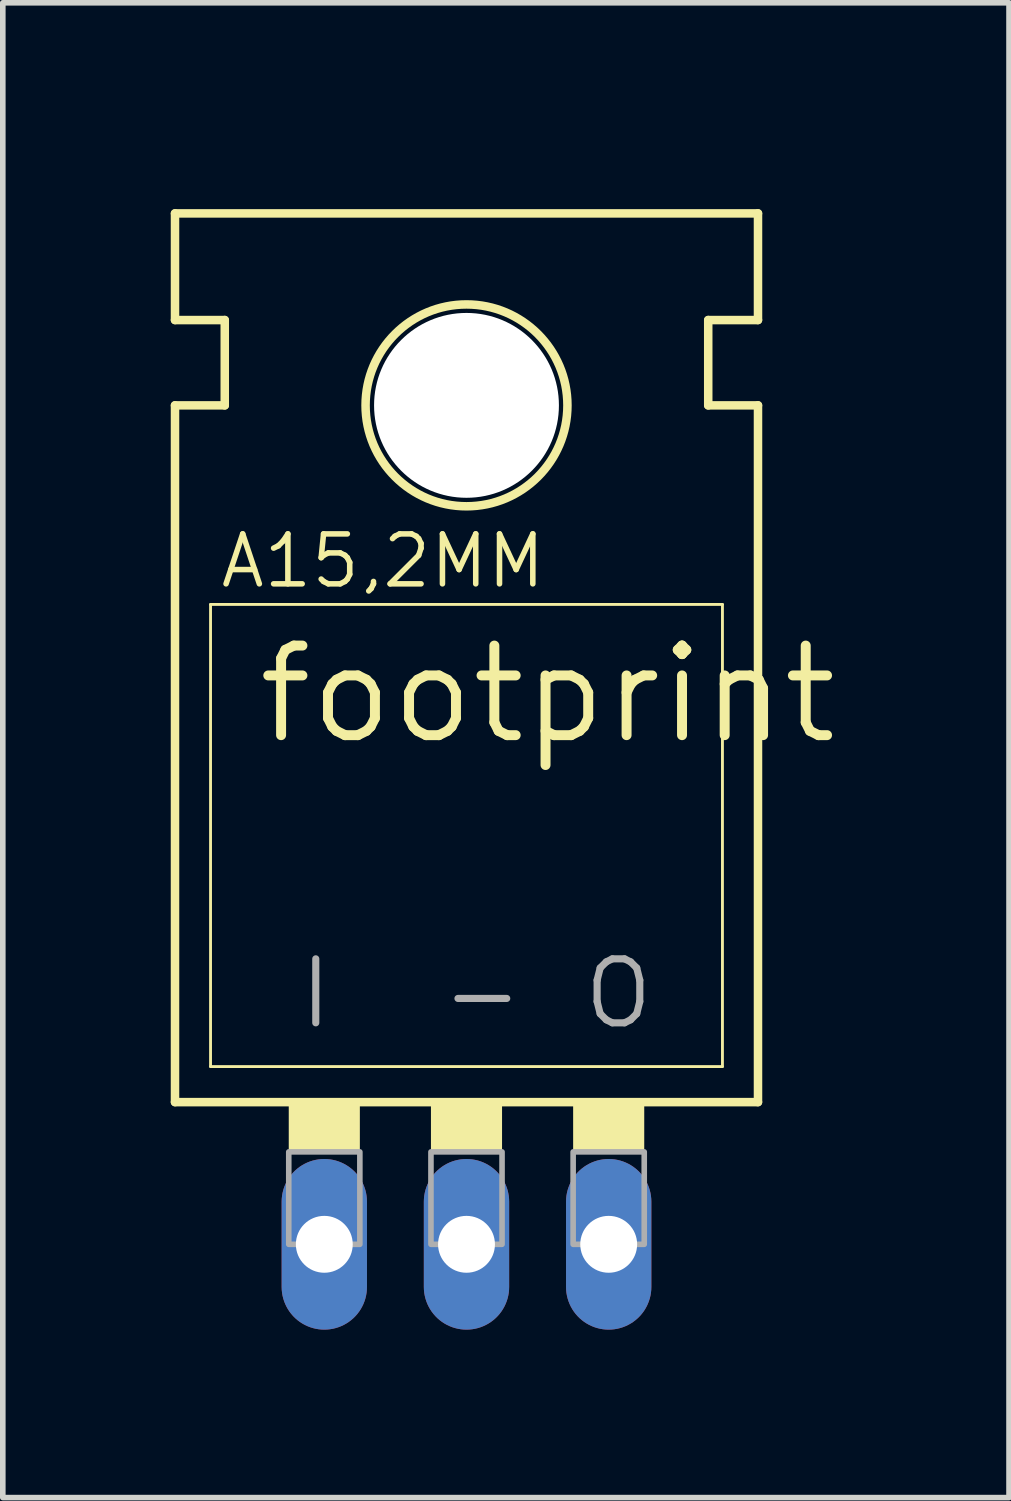
<source format=kicad_pcb>
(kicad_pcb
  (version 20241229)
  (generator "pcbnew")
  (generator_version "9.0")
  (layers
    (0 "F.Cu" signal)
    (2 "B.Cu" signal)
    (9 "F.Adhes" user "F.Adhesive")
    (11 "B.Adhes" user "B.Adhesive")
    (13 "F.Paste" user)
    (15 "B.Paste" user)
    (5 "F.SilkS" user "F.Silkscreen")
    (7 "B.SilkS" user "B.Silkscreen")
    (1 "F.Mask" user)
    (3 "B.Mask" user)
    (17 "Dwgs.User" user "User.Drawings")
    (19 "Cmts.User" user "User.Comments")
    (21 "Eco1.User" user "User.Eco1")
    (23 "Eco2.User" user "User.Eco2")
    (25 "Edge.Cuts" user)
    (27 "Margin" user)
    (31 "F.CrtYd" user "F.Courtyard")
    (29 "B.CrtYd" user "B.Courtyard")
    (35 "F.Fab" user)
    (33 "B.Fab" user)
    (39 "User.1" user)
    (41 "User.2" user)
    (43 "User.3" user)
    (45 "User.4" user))
  (footprint "footprint"
    (layer "F.Cu")
    (at 5.283 15.367)
    (property "Reference" "footprint" (at -3.81 -5.08 0) (layer "F.SilkS") (effects (font (size 1.6 1.6) (thickness 0.178)) (justify left bottom)))
    (fp_line (start -5.207 -12.7) (end -5.207 -14.605) (stroke (width 0.152) (type solid)) (layer "F.SilkS"))
    (fp_line (start -5.207 -11.176) (end -4.318 -11.176) (stroke (width 0.152) (type solid)) (layer "F.SilkS"))
    (fp_line (start -5.207 1.27) (end -5.207 -11.176) (stroke (width 0.152) (type solid)) (layer "F.SilkS"))
    (fp_line (start -5.207 1.27) (end 5.207 1.27) (stroke (width 0.152) (type solid)) (layer "F.SilkS"))
    (fp_line (start -4.572 0.635) (end -4.572 -7.62) (stroke (width 0.051) (type solid)) (layer "F.SilkS"))
    (fp_line (start -4.572 0.635) (end 4.572 0.635) (stroke (width 0.051) (type solid)) (layer "F.SilkS"))
    (fp_line (start -4.318 -12.7) (end -5.207 -12.7) (stroke (width 0.152) (type solid)) (layer "F.SilkS"))
    (fp_line (start -4.318 -11.176) (end -4.318 -12.7) (stroke (width 0.152) (type solid)) (layer "F.SilkS"))
    (fp_line (start 4.318 -12.7) (end 5.207 -12.7) (stroke (width 0.152) (type solid)) (layer "F.SilkS"))
    (fp_line (start 4.318 -11.176) (end 4.318 -12.7) (stroke (width 0.152) (type solid)) (layer "F.SilkS"))
    (fp_line (start 4.572 -7.62) (end -4.572 -7.62) (stroke (width 0.051) (type solid)) (layer "F.SilkS"))
    (fp_line (start 4.572 -7.62) (end 4.572 0.635) (stroke (width 0.051) (type solid)) (layer "F.SilkS"))
    (fp_line (start 5.207 -14.605) (end -5.207 -14.605) (stroke (width 0.152) (type solid)) (layer "F.SilkS"))
    (fp_line (start 5.207 -12.7) (end 5.207 -14.605) (stroke (width 0.152) (type solid)) (layer "F.SilkS"))
    (fp_line (start 5.207 -11.176) (end 4.318 -11.176) (stroke (width 0.152) (type solid)) (layer "F.SilkS"))
    (fp_line (start 5.207 1.27) (end 5.207 -11.176) (stroke (width 0.152) (type solid)) (layer "F.SilkS"))
    (fp_circle (center 0 -11.176) (end 1.803 -11.176) (stroke (width 0.152) (type solid)) (fill no) (layer "F.SilkS"))
    (fp_poly (pts (xy -3.175 2.159) (xy -1.905 2.159) (xy -1.905 1.27) (xy -3.175 1.27)) (stroke (width 0) (type solid)) (fill yes) (layer "F.SilkS"))
    (fp_poly (pts (xy -0.635 2.159) (xy 0.635 2.159) (xy 0.635 1.27) (xy -0.635 1.27)) (stroke (width 0) (type solid)) (fill yes) (layer "F.SilkS"))
    (fp_poly (pts (xy 1.905 2.159) (xy 3.175 2.159) (xy 3.175 1.27) (xy 1.905 1.27)) (stroke (width 0) (type solid)) (fill yes) (layer "F.SilkS"))
    (fp_poly (pts (xy -3.175 3.81) (xy -1.905 3.81) (xy -1.905 2.159) (xy -3.175 2.159)) (stroke (width 0.1) (type solid)) (fill no) (layer "F.Fab"))
    (fp_poly (pts (xy -0.635 3.81) (xy 0.635 3.81) (xy 0.635 2.159) (xy -0.635 2.159)) (stroke (width 0.1) (type solid)) (fill no) (layer "F.Fab"))
    (fp_poly (pts (xy 1.905 3.81) (xy 3.175 3.81) (xy 3.175 2.159) (xy 1.905 2.159)) (stroke (width 0.1) (type solid)) (fill no) (layer "F.Fab"))
    (fp_text user "A15,2MM" (at -4.445 -7.874 0) (layer "F.SilkS") (effects (font (size 0.892 0.892) (thickness 0.099)) (justify left bottom)))
    (fp_text user "O" (at 2.032 0 0) (layer "F.Fab") (effects (font (size 1.143 1.143) (thickness 0.127)) (justify left bottom)))
    (fp_text user "I" (at -3.048 0 0) (layer "F.Fab") (effects (font (size 1.143 1.143) (thickness 0.127)) (justify left bottom)))
    (fp_text user "-" (at -0.508 0 0) (layer "F.Fab") (effects (font (size 1.143 1.143) (thickness 0.127)) (justify left bottom)))
    (pad "" np_thru_hole circle (at 0 -11.176) (size 3.302 3.302) (drill 3.302) (layers "*.Cu" "*.Mask"))
    (pad "GND" thru_hole oval (at 0 3.81 90) (size 3.048 1.524) (drill 1.016) (layers "*.Cu" "*.Mask"))
    (pad "IN" thru_hole oval (at -2.54 3.81 90) (size 3.048 1.524) (drill 1.016) (layers "*.Cu" "*.Mask"))
    (pad "OUT" thru_hole oval (at 2.54 3.81 90) (size 3.048 1.524) (drill 1.016) (layers "*.Cu" "*.Mask"))
    (zone (net_name "") (layers "F.Cu" "B.Cu") (hatch edge 0.508) (connect_pads) (min_thickness 0.254) (filled_areas_thickness no) (keepout (tracks allowed) (vias not_allowed) (pads allowed) (copperpour allowed) (footprints allowed)) (placement (enabled no)) (fill) (polygon (pts (xy 9.474 4.191) (xy 9.411 3.463) (xy 9.221 2.758) (xy 8.913 2.095) (xy 8.494 1.497) (xy 7.977 0.981) (xy 7.379 0.561) (xy 6.717 0.253) (xy 6.011 0.064) (xy 5.283 0) (xy 4.555 0.064) (xy 3.85 0.253) (xy 3.188 0.561) (xy 2.589 0.981) (xy 2.073 1.497) (xy 1.654 2.095) (xy 1.345 2.758) (xy 1.156 3.463) (xy 1.092 4.191) (xy 1.156 4.919) (xy 1.345 5.624) (xy 1.654 6.287) (xy 2.073 6.885) (xy 2.589 7.401) (xy 3.188 7.821) (xy 3.85 8.129) (xy 4.555 8.318) (xy 5.283 8.382) (xy 6.011 8.318) (xy 6.717 8.129) (xy 7.379 7.821) (xy 7.977 7.401) (xy 8.494 6.885) (xy 8.913 6.287) (xy 9.221 5.624) (xy 9.411 4.919))))
    (zone (net_name "") (layer "B.Cu") (hatch edge 0.508) (connect_pads) (min_thickness 0.254) (filled_areas_thickness no) (keepout (tracks not_allowed) (vias not_allowed) (pads not_allowed) (copperpour not_allowed) (footprints allowed)) (placement (enabled no)) (fill) (polygon (pts (xy 9.474 4.191) (xy 9.411 3.463) (xy 9.221 2.758) (xy 8.913 2.095) (xy 8.494 1.497) (xy 7.977 0.981) (xy 7.379 0.561) (xy 6.717 0.253) (xy 6.011 0.064) (xy 5.283 0) (xy 4.555 0.064) (xy 3.85 0.253) (xy 3.188 0.561) (xy 2.589 0.981) (xy 2.073 1.497) (xy 1.654 2.095) (xy 1.345 2.758) (xy 1.156 3.463) (xy 1.092 4.191) (xy 1.156 4.919) (xy 1.345 5.624) (xy 1.654 6.287) (xy 2.073 6.885) (xy 2.589 7.401) (xy 3.188 7.821) (xy 3.85 8.129) (xy 4.555 8.318) (xy 5.283 8.382) (xy 6.011 8.318) (xy 6.717 8.129) (xy 7.379 7.821) (xy 7.977 7.401) (xy 8.494 6.885) (xy 8.913 6.287) (xy 9.221 5.624) (xy 9.411 4.919)))))
  (gr_rect
    (start -3 -3)
    (end 14.974 23.701)
    (stroke (width 0.1) (type default))
    (fill no)
    (layer "Edge.Cuts")))
</source>
